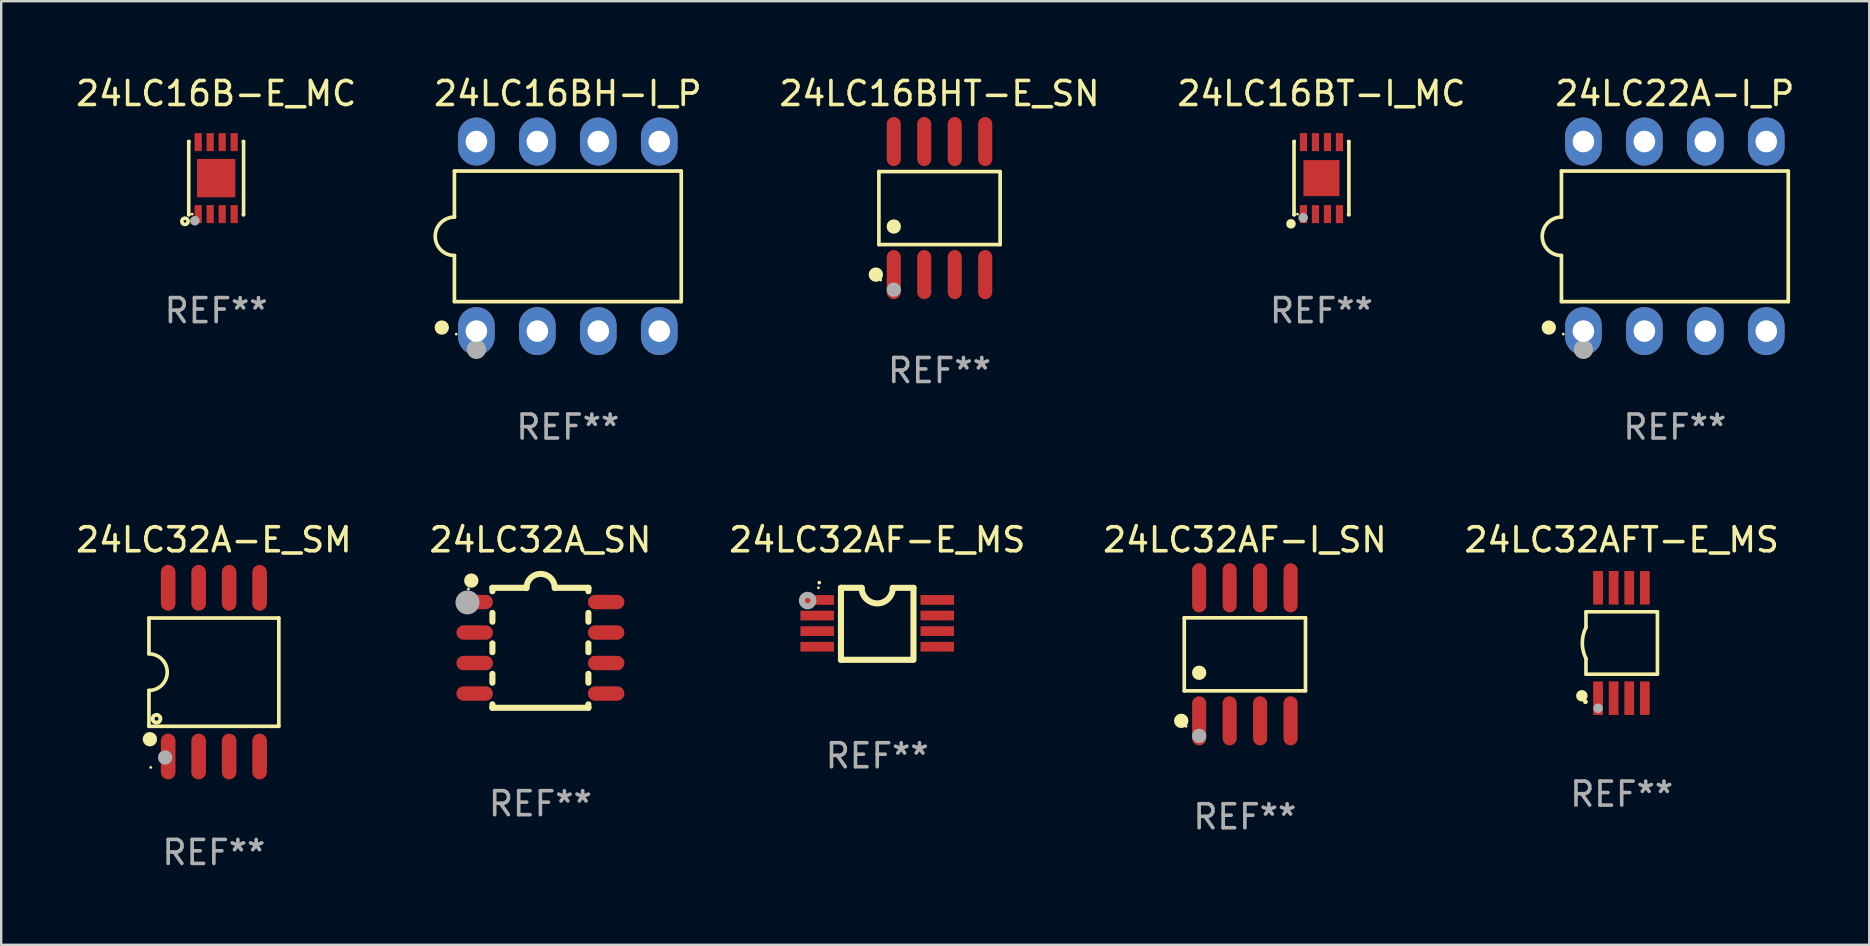
<source format=kicad_pcb>
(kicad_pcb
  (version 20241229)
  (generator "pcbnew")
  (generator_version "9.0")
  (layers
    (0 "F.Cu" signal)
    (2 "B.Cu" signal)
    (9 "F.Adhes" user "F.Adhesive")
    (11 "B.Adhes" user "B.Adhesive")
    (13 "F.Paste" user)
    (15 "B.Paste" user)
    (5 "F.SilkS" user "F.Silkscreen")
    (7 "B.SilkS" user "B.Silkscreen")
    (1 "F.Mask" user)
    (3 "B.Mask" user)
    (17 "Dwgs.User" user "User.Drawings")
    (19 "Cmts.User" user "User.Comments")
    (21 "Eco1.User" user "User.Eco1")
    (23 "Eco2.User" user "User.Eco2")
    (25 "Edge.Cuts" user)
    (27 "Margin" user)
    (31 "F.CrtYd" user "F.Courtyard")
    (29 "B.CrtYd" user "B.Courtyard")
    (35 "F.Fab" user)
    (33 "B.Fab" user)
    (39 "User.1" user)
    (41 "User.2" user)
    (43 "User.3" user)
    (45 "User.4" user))
  (footprint "24LC16BT-I_MC"
    (layer "F.Cu")
    (at 52.018 4.372)
    (property "Reference" "24LC16BT-I_MC" (at 0 -3.524 0) (layer "F.SilkS") (effects (font (size 1 1) (thickness 0.15))))
    (attr through_hole)
    (fp_line (start -1.143 -1.524) (end -1.143 1.524) (stroke (width 0.15) (type solid)) (layer "F.SilkS"))
    (fp_line (start -1.143 1.524) (end -1.129 1.524) (stroke (width 0.15) (type solid)) (layer "F.SilkS"))
    (fp_line (start -1.129 -1.524) (end -1.143 -1.524) (stroke (width 0.15) (type solid)) (layer "F.SilkS"))
    (fp_line (start 1.129 1.524) (end 1.143 1.524) (stroke (width 0.15) (type solid)) (layer "F.SilkS"))
    (fp_line (start 1.143 -1.524) (end 1.129 -1.524) (stroke (width 0.15) (type solid)) (layer "F.SilkS"))
    (fp_line (start 1.143 1.524) (end 1.143 -1.524) (stroke (width 0.15) (type solid)) (layer "F.SilkS"))
    (fp_circle (center -1.27 1.905) (end -1.17 1.905) (stroke (width 0.2) (type solid)) (fill no) (layer "F.SilkS"))
    (fp_circle (center -1 1.5) (end -0.97 1.5) (stroke (width 0.06) (type solid)) (fill no) (layer "F.SilkS"))
    (fp_circle (center -0.762 1.651) (end -0.662 1.651) (stroke (width 0.2) (type solid)) (fill no) (layer "F.Fab"))
    (fp_text user "REF**" (at 0 5.524 0) (layer "F.Fab") (effects (font (size 1 1) (thickness 0.15))))
    (pad "1" smd rect (at -0.75 1.5 90) (size 0.75 0.3) (layers "F.Cu" "F.Mask" "F.Paste"))
    (pad "2" smd rect (at -0.25 1.5 90) (size 0.75 0.3) (layers "F.Cu" "F.Mask" "F.Paste"))
    (pad "3" smd rect (at 0.25 1.5 90) (size 0.75 0.3) (layers "F.Cu" "F.Mask" "F.Paste"))
    (pad "4" smd rect (at 0.75 1.5 90) (size 0.75 0.3) (layers "F.Cu" "F.Mask" "F.Paste"))
    (pad "5" smd rect (at 0.75 -1.5 90) (size 0.75 0.3) (layers "F.Cu" "F.Mask" "F.Paste"))
    (pad "6" smd rect (at 0.25 -1.5 90) (size 0.75 0.3) (layers "F.Cu" "F.Mask" "F.Paste"))
    (pad "7" smd rect (at -0.25 -1.5 90) (size 0.75 0.3) (layers "F.Cu" "F.Mask" "F.Paste"))
    (pad "8" smd rect (at -0.75 -1.5 90) (size 0.75 0.3) (layers "F.Cu" "F.Mask" "F.Paste"))
    (pad "9" smd rect (at -0.000254 0.001 90) (size 1.5 1.5) (layers "F.Cu" "F.Mask" "F.Paste")))
  (footprint "24LC16B-E_MC"
    (layer "F.Cu")
    (at 5.958 4.372)
    (property "Reference" "24LC16B-E_MC" (at 0 -3.524 0) (layer "F.SilkS") (effects (font (size 1 1) (thickness 0.15))))
    (attr through_hole)
    (fp_line (start -1.143 -1.524) (end -1.143 1.524) (stroke (width 0.15) (type solid)) (layer "F.SilkS"))
    (fp_line (start -1.143 1.524) (end -1.129 1.524) (stroke (width 0.15) (type solid)) (layer "F.SilkS"))
    (fp_line (start -1.129 -1.524) (end -1.143 -1.524) (stroke (width 0.15) (type solid)) (layer "F.SilkS"))
    (fp_line (start 1.129 1.524) (end 1.143 1.524) (stroke (width 0.15) (type solid)) (layer "F.SilkS"))
    (fp_line (start 1.143 -1.524) (end 1.129 -1.524) (stroke (width 0.15) (type solid)) (layer "F.SilkS"))
    (fp_line (start 1.143 1.524) (end 1.143 -1.524) (stroke (width 0.15) (type solid)) (layer "F.SilkS"))
    (fp_circle (center -1.3 1.8) (end -1.243 1.8) (stroke (width 0.15) (type solid)) (fill no) (layer "F.SilkS"))
    (fp_circle (center -1 1.5) (end -0.97 1.5) (stroke (width 0.06) (type solid)) (fill no) (layer "F.SilkS"))
    (fp_circle (center -0.889 1.778) (end -0.789 1.778) (stroke (width 0.2) (type solid)) (fill no) (layer "F.Fab"))
    (fp_text user "REF**" (at 0 5.524 0) (layer "F.Fab") (effects (font (size 1 1) (thickness 0.15))))
    (pad "1" smd rect (at -0.75 1.5 90) (size 0.75 0.3) (layers "F.Cu" "F.Mask" "F.Paste"))
    (pad "2" smd rect (at -0.25 1.5 90) (size 0.75 0.3) (layers "F.Cu" "F.Mask" "F.Paste"))
    (pad "3" smd rect (at 0.25 1.5 90) (size 0.75 0.3) (layers "F.Cu" "F.Mask" "F.Paste"))
    (pad "4" smd rect (at 0.75 1.5 90) (size 0.75 0.3) (layers "F.Cu" "F.Mask" "F.Paste"))
    (pad "5" smd rect (at 0.75 -1.5 90) (size 0.75 0.3) (layers "F.Cu" "F.Mask" "F.Paste"))
    (pad "6" smd rect (at 0.25 -1.5 90) (size 0.75 0.3) (layers "F.Cu" "F.Mask" "F.Paste"))
    (pad "7" smd rect (at -0.25 -1.5 90) (size 0.75 0.3) (layers "F.Cu" "F.Mask" "F.Paste"))
    (pad "8" smd rect (at -0.75 -1.5 90) (size 0.75 0.3) (layers "F.Cu" "F.Mask" "F.Paste"))
    (pad "9" smd rect (at -0.000203 0.000457 90) (size 1.6 1.6) (layers "F.Cu" "F.Mask" "F.Paste")))
  (footprint "24LC32A_SN"
    (layer "F.Cu")
    (at 19.47 23.945)
    (property "Reference" "24LC32A_SN" (at 0 -4.5 0) (layer "F.SilkS") (effects (font (size 1 1) (thickness 0.15))))
    (attr through_hole)
    (fp_line (start -2 -2.5) (end -2 -2.356) (stroke (width 0.254) (type solid)) (layer "F.SilkS"))
    (fp_line (start -2 -1.454) (end -2 -1.086) (stroke (width 0.254) (type solid)) (layer "F.SilkS"))
    (fp_line (start -2 -0.184) (end -2 0.184) (stroke (width 0.254) (type solid)) (layer "F.SilkS"))
    (fp_line (start -2 1.086) (end -2 1.454) (stroke (width 0.254) (type solid)) (layer "F.SilkS"))
    (fp_line (start -2 2.356) (end -2 2.5) (stroke (width 0.254) (type solid)) (layer "F.SilkS"))
    (fp_line (start -0.58 -2.5) (end -2 -2.5) (stroke (width 0.254) (type solid)) (layer "F.SilkS"))
    (fp_line (start 2 -2.5) (end 0.6 -2.5) (stroke (width 0.254) (type solid)) (layer "F.SilkS"))
    (fp_line (start 2 -2.5) (end 2 -2.356) (stroke (width 0.254) (type solid)) (layer "F.SilkS"))
    (fp_line (start 2 -1.454) (end 2 -1.086) (stroke (width 0.254) (type solid)) (layer "F.SilkS"))
    (fp_line (start 2 -0.184) (end 2 0.184) (stroke (width 0.254) (type solid)) (layer "F.SilkS"))
    (fp_line (start 2 1.086) (end 2 1.454) (stroke (width 0.254) (type solid)) (layer "F.SilkS"))
    (fp_line (start 2 2.356) (end 2 2.5) (stroke (width 0.254) (type solid)) (layer "F.SilkS"))
    (fp_line (start 2 2.5) (end -2 2.5) (stroke (width 0.254) (type solid)) (layer "F.SilkS"))
    (fp_arc (start -0.579908 -2.489992) (mid 0.010097 -3.07831) (end 0.600102 -2.489992) (stroke (width 0.254001) (type solid)) (layer "F.SilkS"))
    (fp_circle (center -3 -2.45) (end -2.97 -2.45) (stroke (width 0.06) (type solid)) (fill no) (layer "F.SilkS"))
    (fp_circle (center -2.88 -2.8) (end -2.73 -2.8) (stroke (width 0.3) (type solid)) (fill no) (layer "F.SilkS"))
    (fp_circle (center -3.04 -1.89) (end -2.79 -1.89) (stroke (width 0.5) (type solid)) (fill no) (layer "F.Fab"))
    (fp_text user "REF**" (at 0 6.5 0) (layer "F.Fab") (effects (font (size 1 1) (thickness 0.15))))
    (pad "1" smd oval (at -2.74 -1.905 90) (size 0.6 1.52) (layers "F.Cu" "F.Mask" "F.Paste"))
    (pad "2" smd oval (at -2.74 -0.635 90) (size 0.6 1.52) (layers "F.Cu" "F.Mask" "F.Paste"))
    (pad "3" smd oval (at -2.74 0.635 90) (size 0.6 1.52) (layers "F.Cu" "F.Mask" "F.Paste"))
    (pad "4" smd oval (at -2.74 1.905 90) (size 0.6 1.52) (layers "F.Cu" "F.Mask" "F.Paste"))
    (pad "5" smd oval (at 2.74 1.905 90) (size 0.6 1.52) (layers "F.Cu" "F.Mask" "F.Paste"))
    (pad "6" smd oval (at 2.74 0.635 90) (size 0.6 1.52) (layers "F.Cu" "F.Mask" "F.Paste"))
    (pad "7" smd oval (at 2.74 -0.635 90) (size 0.6 1.52) (layers "F.Cu" "F.Mask" "F.Paste"))
    (pad "8" smd oval (at 2.74 -1.905 90) (size 0.6 1.52) (layers "F.Cu" "F.Mask" "F.Paste")))
  (footprint "24LC32AF-I_SN"
    (layer "F.Cu")
    (at 48.827 24.217)
    (property "Reference" "24LC32AF-I_SN" (at 0 -4.772 0) (layer "F.SilkS") (effects (font (size 1 1) (thickness 0.15))))
    (attr through_hole)
    (fp_line (start -2.526 -1.521) (end 2.526 -1.521) (stroke (width 0.152) (type solid)) (layer "F.SilkS"))
    (fp_line (start -2.526 1.521) (end -2.526 -1.521) (stroke (width 0.152) (type solid)) (layer "F.SilkS"))
    (fp_line (start 2.526 -1.521) (end 2.526 1.521) (stroke (width 0.152) (type solid)) (layer "F.SilkS"))
    (fp_line (start 2.526 1.521) (end -2.526 1.521) (stroke (width 0.152) (type solid)) (layer "F.SilkS"))
    (fp_circle (center -2.652 2.772) (end -2.501 2.772) (stroke (width 0.3) (type solid)) (fill no) (layer "F.SilkS"))
    (fp_circle (center -2.45 3) (end -2.42 3) (stroke (width 0.06) (type solid)) (fill no) (layer "F.SilkS"))
    (fp_circle (center -1.905 0.769) (end -1.755 0.769) (stroke (width 0.3) (type solid)) (fill no) (layer "F.SilkS"))
    (fp_circle (center -1.905 3.4) (end -1.755 3.4) (stroke (width 0.3) (type solid)) (fill no) (layer "F.Fab"))
    (fp_text user "REF**" (at 0 6.772 0) (layer "F.Fab") (effects (font (size 1 1) (thickness 0.15))))
    (pad "1" smd oval (at -1.905 2.772) (size 0.588 2.045) (layers "F.Cu" "F.Mask" "F.Paste"))
    (pad "2" smd oval (at -0.635 2.772) (size 0.588 2.045) (layers "F.Cu" "F.Mask" "F.Paste"))
    (pad "3" smd oval (at 0.635 2.772) (size 0.588 2.045) (layers "F.Cu" "F.Mask" "F.Paste"))
    (pad "4" smd oval (at 1.905 2.772) (size 0.588 2.045) (layers "F.Cu" "F.Mask" "F.Paste"))
    (pad "5" smd oval (at 1.905 -2.772) (size 0.588 2.045) (layers "F.Cu" "F.Mask" "F.Paste"))
    (pad "6" smd oval (at 0.635 -2.772) (size 0.588 2.045) (layers "F.Cu" "F.Mask" "F.Paste"))
    (pad "7" smd oval (at -0.635 -2.772) (size 0.588 2.045) (layers "F.Cu" "F.Mask" "F.Paste"))
    (pad "8" smd oval (at -1.905 -2.772) (size 0.588 2.045) (layers "F.Cu" "F.Mask" "F.Paste")))
  (footprint "24LC32AFT-E_MS"
    (layer "F.Cu")
    (at 64.53 23.745)
    (property "Reference" "24LC32AFT-E_MS" (at 0 -4.3 0) (layer "F.SilkS") (effects (font (size 1 1) (thickness 0.15))))
    (attr through_hole)
    (fp_line (start -1.489 -1.3) (end -1.489 -0.648) (stroke (width 0.15) (type solid)) (layer "F.SilkS"))
    (fp_line (start -1.489 0.648) (end -1.489 1.3) (stroke (width 0.15) (type solid)) (layer "F.SilkS"))
    (fp_line (start -1.489 1.3) (end 1.489 1.3) (stroke (width 0.15) (type solid)) (layer "F.SilkS"))
    (fp_line (start 1.489 -1.3) (end -1.489 -1.3) (stroke (width 0.15) (type solid)) (layer "F.SilkS"))
    (fp_line (start 1.489 1.3) (end 1.489 -1.3) (stroke (width 0.15) (type solid)) (layer "F.SilkS"))
    (fp_arc (start -1.489205 0.647702) (mid -1.642107 0) (end -1.489205 -0.647701) (stroke (width 0.150013) (type solid)) (layer "F.SilkS"))
    (fp_circle (center -1.661 2.2) (end -1.541 2.2) (stroke (width 0.24) (type solid)) (fill no) (layer "F.SilkS"))
    (fp_circle (center -1.511 2.45) (end -1.461 2.45) (stroke (width 0.1) (type solid)) (fill no) (layer "F.SilkS"))
    (fp_circle (center -0.981 2.72) (end -0.881 2.72) (stroke (width 0.2) (type solid)) (fill no) (layer "F.Fab"))
    (fp_text user "REF**" (at 0 6.3 0) (layer "F.Fab") (effects (font (size 1 1) (thickness 0.15))))
    (pad "1" smd rect (at -0.986 2.3) (size 0.406 1.397) (layers "F.Cu" "F.Mask" "F.Paste"))
    (pad "2" smd rect (at -0.336 2.3) (size 0.406 1.397) (layers "F.Cu" "F.Mask" "F.Paste"))
    (pad "3" smd rect (at 0.314 2.3) (size 0.406 1.397) (layers "F.Cu" "F.Mask" "F.Paste"))
    (pad "4" smd rect (at 0.964 2.3) (size 0.406 1.397) (layers "F.Cu" "F.Mask" "F.Paste"))
    (pad "5" smd rect (at 0.964 -2.3) (size 0.406 1.397) (layers "F.Cu" "F.Mask" "F.Paste"))
    (pad "6" smd rect (at 0.314 -2.3) (size 0.406 1.397) (layers "F.Cu" "F.Mask" "F.Paste"))
    (pad "7" smd rect (at -0.336 -2.3) (size 0.406 1.397) (layers "F.Cu" "F.Mask" "F.Paste"))
    (pad "8" smd rect (at -0.986 -2.3) (size 0.406 1.397) (layers "F.Cu" "F.Mask" "F.Paste")))
  (footprint "24LC22A-I_P"
    (layer "F.Cu")
    (at 66.745 6.798)
    (property "Reference" "24LC22A-I_P" (at 0 -5.95 0) (layer "F.SilkS") (effects (font (size 1 1) (thickness 0.15))))
    (attr through_hole)
    (fp_line (start -4.726 -2.721) (end -4.726 -0.8) (stroke (width 0.152) (type solid)) (layer "F.SilkS"))
    (fp_line (start -4.726 0.8) (end -4.726 2.721) (stroke (width 0.152) (type solid)) (layer "F.SilkS"))
    (fp_line (start -4.726 2.721) (end 4.726 2.721) (stroke (width 0.152) (type solid)) (layer "F.SilkS"))
    (fp_line (start 4.726 -2.721) (end -4.726 -2.721) (stroke (width 0.152) (type solid)) (layer "F.SilkS"))
    (fp_line (start 4.726 2.721) (end 4.726 -2.721) (stroke (width 0.152) (type solid)) (layer "F.SilkS"))
    (fp_arc (start -4.726213 0.8) (mid -5.526213 0) (end -4.726213 -0.8) (stroke (width 0.1524) (type solid)) (layer "F.SilkS"))
    (fp_circle (center -5.252 3.802) (end -5.102 3.802) (stroke (width 0.3) (type solid)) (fill no) (layer "F.SilkS"))
    (fp_circle (center -4.65 4.075) (end -4.62 4.075) (stroke (width 0.06) (type solid)) (fill no) (layer "F.SilkS"))
    (fp_circle (center -3.81 4.712) (end -3.61 4.712) (stroke (width 0.4) (type solid)) (fill no) (layer "F.Fab"))
    (fp_text user "REF**" (at 0 7.95 0) (layer "F.Fab") (effects (font (size 1 1) (thickness 0.15))))
    (pad "1" thru_hole oval (at -3.81 3.95) (size 1.524 2) (drill 0.9) (layers "*.Cu" "*.Mask"))
    (pad "2" thru_hole oval (at -1.27 3.95) (size 1.524 2) (drill 0.9) (layers "*.Cu" "*.Mask"))
    (pad "3" thru_hole oval (at 1.27 3.95) (size 1.524 2) (drill 0.9) (layers "*.Cu" "*.Mask"))
    (pad "4" thru_hole oval (at 3.81 3.95) (size 1.524 2) (drill 0.9) (layers "*.Cu" "*.Mask"))
    (pad "5" thru_hole oval (at 3.81 -3.95) (size 1.524 2) (drill 0.9) (layers "*.Cu" "*.Mask"))
    (pad "6" thru_hole oval (at 1.27 -3.95) (size 1.524 2) (drill 0.9) (layers "*.Cu" "*.Mask"))
    (pad "7" thru_hole oval (at -1.27 -3.95) (size 1.524 2) (drill 0.9) (layers "*.Cu" "*.Mask"))
    (pad "8" thru_hole oval (at -3.81 -3.95) (size 1.524 2) (drill 0.9) (layers "*.Cu" "*.Mask")))
  (footprint "24LC32A-E_SM"
    (layer "F.Cu")
    (at 5.863 24.96)
    (property "Reference" "24LC32A-E_SM" (at 0 -5.515 0) (layer "F.SilkS") (effects (font (size 1 1) (thickness 0.15))))
    (attr through_hole)
    (fp_line (start -2.706 -2.256) (end 2.706 -2.256) (stroke (width 0.152) (type solid)) (layer "F.SilkS"))
    (fp_line (start -2.706 -0.762) (end -2.706 -2.256) (stroke (width 0.152) (type solid)) (layer "F.SilkS"))
    (fp_line (start -2.706 0.762) (end -2.706 2.256) (stroke (width 0.152) (type solid)) (layer "F.SilkS"))
    (fp_line (start 2.706 -2.256) (end 2.706 2.256) (stroke (width 0.152) (type solid)) (layer "F.SilkS"))
    (fp_line (start 2.706 2.256) (end -2.706 2.256) (stroke (width 0.152) (type solid)) (layer "F.SilkS"))
    (fp_arc (start -2.706198 -0.762002) (mid -1.944196 0) (end -2.706198 0.762002) (stroke (width 0.151994) (type solid)) (layer "F.SilkS"))
    (fp_circle (center -2.667 2.794) (end -2.517 2.794) (stroke (width 0.3) (type solid)) (fill no) (layer "F.SilkS"))
    (fp_circle (center -2.63 3.97) (end -2.6 3.97) (stroke (width 0.06) (type solid)) (fill no) (layer "F.SilkS"))
    (fp_circle (center -2.391 1.942) (end -2.31 1.942) (stroke (width 0.163) (type solid)) (fill no) (layer "F.SilkS"))
    (fp_circle (center -2.032 3.556) (end -1.882 3.556) (stroke (width 0.3) (type solid)) (fill no) (layer "F.Fab"))
    (fp_text user "REF**" (at 0 7.515 0) (layer "F.Fab") (effects (font (size 1 1) (thickness 0.15))))
    (pad "1" smd oval (at -1.905 3.515) (size 0.609 1.907) (layers "F.Cu" "F.Mask" "F.Paste"))
    (pad "2" smd oval (at -0.635 3.515) (size 0.609 1.907) (layers "F.Cu" "F.Mask" "F.Paste"))
    (pad "3" smd oval (at 0.635 3.515) (size 0.609 1.907) (layers "F.Cu" "F.Mask" "F.Paste"))
    (pad "4" smd oval (at 1.905 3.515) (size 0.609 1.907) (layers "F.Cu" "F.Mask" "F.Paste"))
    (pad "5" smd oval (at 1.905 -3.515) (size 0.609 1.907) (layers "F.Cu" "F.Mask" "F.Paste"))
    (pad "6" smd oval (at 0.635 -3.515) (size 0.609 1.907) (layers "F.Cu" "F.Mask" "F.Paste"))
    (pad "7" smd oval (at -0.635 -3.515) (size 0.609 1.907) (layers "F.Cu" "F.Mask" "F.Paste"))
    (pad "8" smd oval (at -1.905 -3.515) (size 0.609 1.907) (layers "F.Cu" "F.Mask" "F.Paste")))
  (footprint "24LC16BHT-E_SN"
    (layer "F.Cu")
    (at 36.101 5.621)
    (property "Reference" "24LC16BHT-E_SN" (at 0 -4.772 0) (layer "F.SilkS") (effects (font (size 1 1) (thickness 0.15))))
    (attr through_hole)
    (fp_line (start -2.526 -1.521) (end 2.526 -1.521) (stroke (width 0.152) (type solid)) (layer "F.SilkS"))
    (fp_line (start -2.526 1.521) (end -2.526 -1.521) (stroke (width 0.152) (type solid)) (layer "F.SilkS"))
    (fp_line (start 2.526 -1.521) (end 2.526 1.521) (stroke (width 0.152) (type solid)) (layer "F.SilkS"))
    (fp_line (start 2.526 1.521) (end -2.526 1.521) (stroke (width 0.152) (type solid)) (layer "F.SilkS"))
    (fp_circle (center -2.652 2.772) (end -2.501 2.772) (stroke (width 0.3) (type solid)) (fill no) (layer "F.SilkS"))
    (fp_circle (center -2.45 3) (end -2.42 3) (stroke (width 0.06) (type solid)) (fill no) (layer "F.SilkS"))
    (fp_circle (center -1.905 0.769) (end -1.755 0.769) (stroke (width 0.3) (type solid)) (fill no) (layer "F.SilkS"))
    (fp_circle (center -1.905 3.4) (end -1.755 3.4) (stroke (width 0.3) (type solid)) (fill no) (layer "F.Fab"))
    (fp_text user "REF**" (at 0 6.772 0) (layer "F.Fab") (effects (font (size 1 1) (thickness 0.15))))
    (pad "1" smd oval (at -1.905 2.772) (size 0.588 2.045) (layers "F.Cu" "F.Mask" "F.Paste"))
    (pad "2" smd oval (at -0.635 2.772) (size 0.588 2.045) (layers "F.Cu" "F.Mask" "F.Paste"))
    (pad "3" smd oval (at 0.635 2.772) (size 0.588 2.045) (layers "F.Cu" "F.Mask" "F.Paste"))
    (pad "4" smd oval (at 1.905 2.772) (size 0.588 2.045) (layers "F.Cu" "F.Mask" "F.Paste"))
    (pad "5" smd oval (at 1.905 -2.772) (size 0.588 2.045) (layers "F.Cu" "F.Mask" "F.Paste"))
    (pad "6" smd oval (at 0.635 -2.772) (size 0.588 2.045) (layers "F.Cu" "F.Mask" "F.Paste"))
    (pad "7" smd oval (at -0.635 -2.772) (size 0.588 2.045) (layers "F.Cu" "F.Mask" "F.Paste"))
    (pad "8" smd oval (at -1.905 -2.772) (size 0.588 2.045) (layers "F.Cu" "F.Mask" "F.Paste")))
  (footprint "24LC32AF-E_MS"
    (layer "F.Cu")
    (at 33.506 22.946)
    (property "Reference" "24LC32AF-E_MS" (at 0 -3.501 0) (layer "F.SilkS") (effects (font (size 1 1) (thickness 0.15))))
    (attr through_hole)
    (fp_line (start -1.511 -1.501) (end -1.511 1.499) (stroke (width 0.254) (type solid)) (layer "F.SilkS"))
    (fp_line (start -1.511 -1.501) (end -0.648 -1.501) (stroke (width 0.254) (type solid)) (layer "F.SilkS"))
    (fp_line (start -1.511 1.499) (end 1.489 1.499) (stroke (width 0.254) (type solid)) (layer "F.SilkS"))
    (fp_line (start 0.648 -1.499) (end 1.511 -1.499) (stroke (width 0.254) (type solid)) (layer "F.SilkS"))
    (fp_line (start 1.511 -1.499) (end 1.511 1.501) (stroke (width 0.254) (type solid)) (layer "F.SilkS"))
    (fp_arc (start -2.41491 -1.713233) (mid -2.414916 -1.714503) (end -2.41491 -1.715773) (stroke (width 0.150013) (type solid)) (layer "F.SilkS"))
    (fp_arc (start 0.647803 -1.498603) (mid 0.000102 -0.850902) (end -0.647599 -1.498603) (stroke (width 0.254001) (type solid)) (layer "F.SilkS"))
    (fp_circle (center -2.45 -1.501) (end -2.42 -1.501) (stroke (width 0.06) (type solid)) (fill no) (layer "F.SilkS"))
    (fp_circle (center -2.9 -0.97) (end -2.788 -0.97) (stroke (width 0.254) (type solid)) (fill no) (layer "F.Fab"))
    (fp_text user "REF**" (at 0 5.501 0) (layer "F.Fab") (effects (font (size 1 1) (thickness 0.15))))
    (pad "1" smd rect (at -2.502 -0.995) (size 1.397 0.406) (layers "F.Cu" "F.Mask" "F.Paste"))
    (pad "2" smd rect (at -2.502 -0.345) (size 1.397 0.406) (layers "F.Cu" "F.Mask" "F.Paste"))
    (pad "3" smd rect (at -2.502 0.305) (size 1.397 0.406) (layers "F.Cu" "F.Mask" "F.Paste"))
    (pad "4" smd rect (at -2.502 0.955) (size 1.397 0.406) (layers "F.Cu" "F.Mask" "F.Paste"))
    (pad "5" smd rect (at 2.502 0.955) (size 1.397 0.406) (layers "F.Cu" "F.Mask" "F.Paste"))
    (pad "6" smd rect (at 2.502 0.305) (size 1.397 0.406) (layers "F.Cu" "F.Mask" "F.Paste"))
    (pad "7" smd rect (at 2.502 -0.345) (size 1.397 0.406) (layers "F.Cu" "F.Mask" "F.Paste"))
    (pad "8" smd rect (at 2.502 -0.995) (size 1.397 0.406) (layers "F.Cu" "F.Mask" "F.Paste")))
  (footprint "24LC16BH-I_P"
    (layer "F.Cu")
    (at 20.613 6.798)
    (property "Reference" "24LC16BH-I_P" (at 0 -5.95 0) (layer "F.SilkS") (effects (font (size 1 1) (thickness 0.15))))
    (attr through_hole)
    (fp_line (start -4.726 -2.721) (end -4.726 -0.8) (stroke (width 0.152) (type solid)) (layer "F.SilkS"))
    (fp_line (start -4.726 0.8) (end -4.726 2.721) (stroke (width 0.152) (type solid)) (layer "F.SilkS"))
    (fp_line (start -4.726 2.721) (end 4.726 2.721) (stroke (width 0.152) (type solid)) (layer "F.SilkS"))
    (fp_line (start 4.726 -2.721) (end -4.726 -2.721) (stroke (width 0.152) (type solid)) (layer "F.SilkS"))
    (fp_line (start 4.726 2.721) (end 4.726 -2.721) (stroke (width 0.152) (type solid)) (layer "F.SilkS"))
    (fp_arc (start -4.726213 0.8) (mid -5.526213 0) (end -4.726213 -0.8) (stroke (width 0.1524) (type solid)) (layer "F.SilkS"))
    (fp_circle (center -5.252 3.802) (end -5.102 3.802) (stroke (width 0.3) (type solid)) (fill no) (layer "F.SilkS"))
    (fp_circle (center -4.65 4.075) (end -4.62 4.075) (stroke (width 0.06) (type solid)) (fill no) (layer "F.SilkS"))
    (fp_circle (center -3.81 4.712) (end -3.61 4.712) (stroke (width 0.4) (type solid)) (fill no) (layer "F.Fab"))
    (fp_text user "REF**" (at 0 7.95 0) (layer "F.Fab") (effects (font (size 1 1) (thickness 0.15))))
    (pad "1" thru_hole oval (at -3.81 3.95) (size 1.524 2) (drill 0.9) (layers "*.Cu" "*.Mask"))
    (pad "2" thru_hole oval (at -1.27 3.95) (size 1.524 2) (drill 0.9) (layers "*.Cu" "*.Mask"))
    (pad "3" thru_hole oval (at 1.27 3.95) (size 1.524 2) (drill 0.9) (layers "*.Cu" "*.Mask"))
    (pad "4" thru_hole oval (at 3.81 3.95) (size 1.524 2) (drill 0.9) (layers "*.Cu" "*.Mask"))
    (pad "5" thru_hole oval (at 3.81 -3.95) (size 1.524 2) (drill 0.9) (layers "*.Cu" "*.Mask"))
    (pad "6" thru_hole oval (at 1.27 -3.95) (size 1.524 2) (drill 0.9) (layers "*.Cu" "*.Mask"))
    (pad "7" thru_hole oval (at -1.27 -3.95) (size 1.524 2) (drill 0.9) (layers "*.Cu" "*.Mask"))
    (pad "8" thru_hole oval (at -3.81 -3.95) (size 1.524 2) (drill 0.9) (layers "*.Cu" "*.Mask")))
  (gr_rect
    (start -3 -3)
    (end 74.846 36.323)
    (stroke (width 0.1) (type default))
    (fill no)
    (layer "Edge.Cuts")))
</source>
